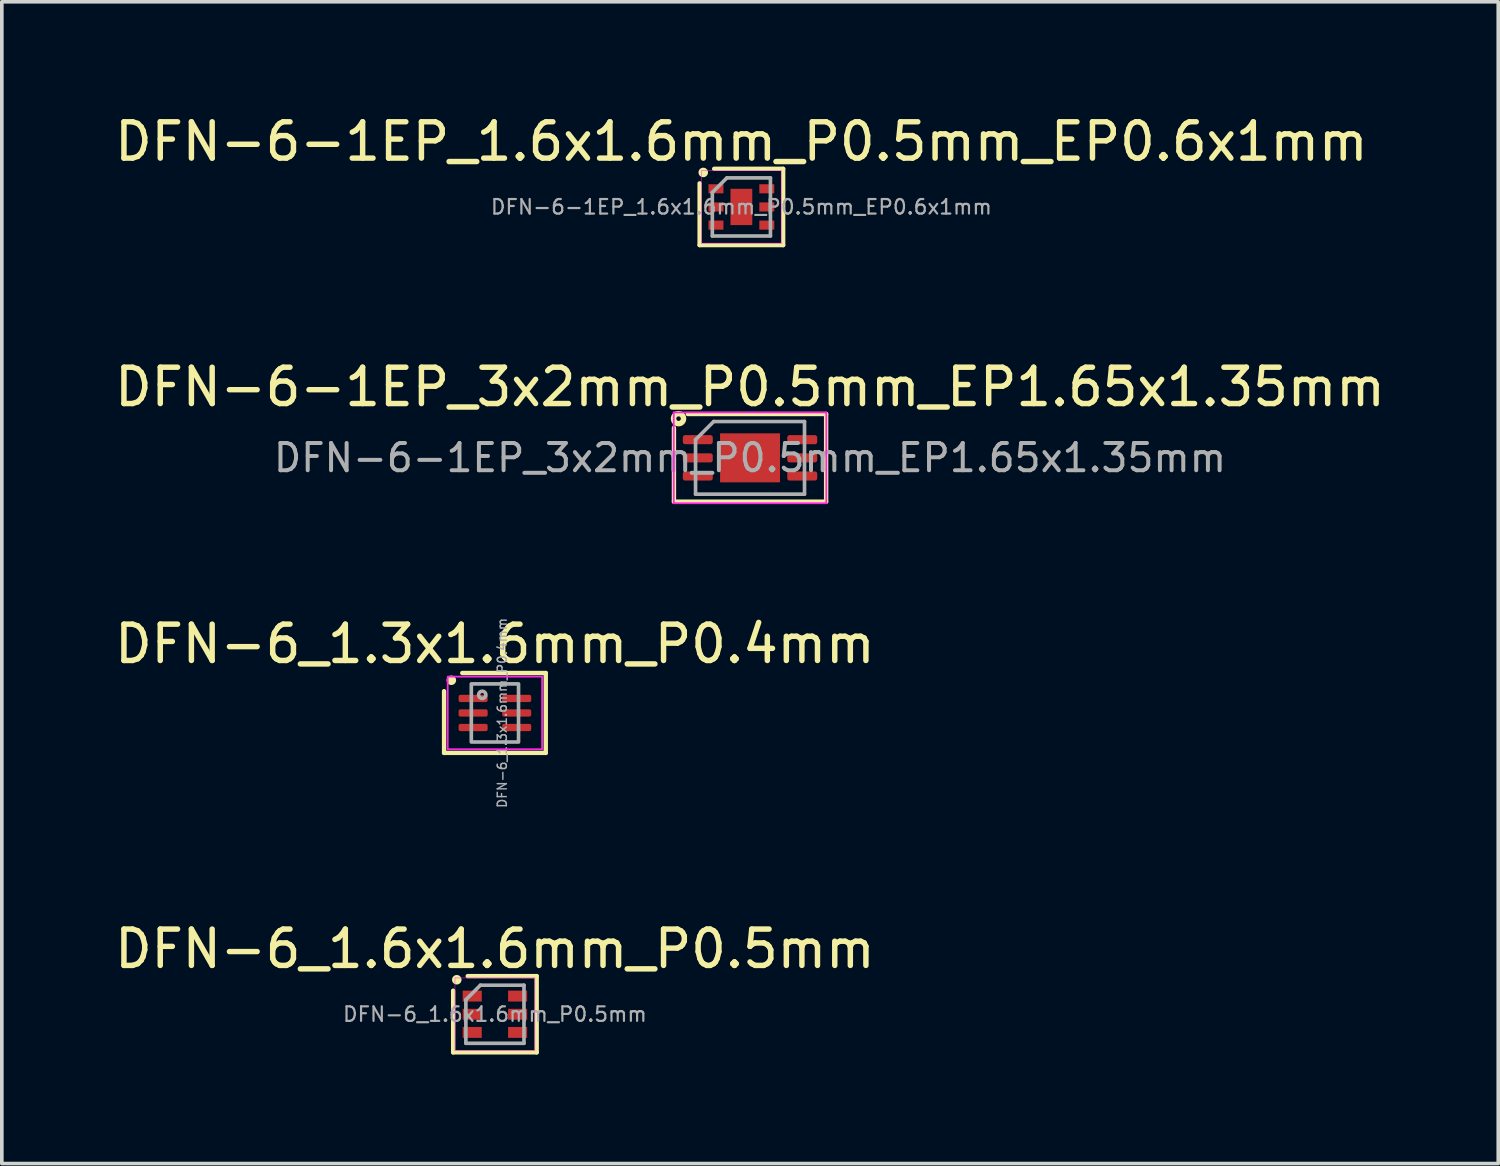
<source format=kicad_pcb>
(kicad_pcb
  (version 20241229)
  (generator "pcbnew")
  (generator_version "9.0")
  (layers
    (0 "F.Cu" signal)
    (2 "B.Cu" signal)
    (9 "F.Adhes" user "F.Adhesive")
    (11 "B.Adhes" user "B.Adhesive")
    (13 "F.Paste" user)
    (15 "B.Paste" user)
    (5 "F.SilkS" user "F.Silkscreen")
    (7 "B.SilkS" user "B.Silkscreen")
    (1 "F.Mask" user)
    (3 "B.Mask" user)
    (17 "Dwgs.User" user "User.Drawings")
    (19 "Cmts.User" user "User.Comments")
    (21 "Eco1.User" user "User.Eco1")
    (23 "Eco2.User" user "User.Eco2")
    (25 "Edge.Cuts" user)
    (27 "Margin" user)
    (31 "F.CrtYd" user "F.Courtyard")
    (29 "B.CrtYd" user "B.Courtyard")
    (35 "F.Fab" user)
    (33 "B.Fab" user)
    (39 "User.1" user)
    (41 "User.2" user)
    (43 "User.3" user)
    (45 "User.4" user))
  (footprint "DFN-6-1EP_3x2mm_P0.5mm_EP1.65x1.35mm"
    (layer "F.Cu")
    (at 17.601 9.556)
    (property "Reference" "DFN-6-1EP_3x2mm_P0.5mm_EP1.65x1.35mm" (at 0 -1.95 0) (layer "F.SilkS") (effects (font (size 1 1) (thickness 0.15))))
    (attr smd)
    (fp_line (start -2.095 1.206) (end -2.095 -0.826) (stroke (width 0.12) (type solid)) (layer "F.SilkS"))
    (fp_line (start -1.714 -1.206) (end 2.095 -1.206) (stroke (width 0.12) (type solid)) (layer "F.SilkS"))
    (fp_line (start 2.095 -1.206) (end 2.095 1.206) (stroke (width 0.12) (type solid)) (layer "F.SilkS"))
    (fp_line (start 2.095 1.206) (end -2.095 1.206) (stroke (width 0.12) (type solid)) (layer "F.SilkS"))
    (fp_circle (center -1.968 -1.079) (end -1.905 -1.079) (stroke (width 0.15) (type solid)) (fill no) (layer "F.SilkS"))
    (fp_line (start -2.1 -1.25) (end -2.1 1.25) (stroke (width 0.05) (type solid)) (layer "F.CrtYd"))
    (fp_line (start -2.1 1.25) (end 2.1 1.25) (stroke (width 0.05) (type solid)) (layer "F.CrtYd"))
    (fp_line (start 2.1 -1.25) (end -2.1 -1.25) (stroke (width 0.05) (type solid)) (layer "F.CrtYd"))
    (fp_line (start 2.1 1.25) (end 2.1 -1.25) (stroke (width 0.05) (type solid)) (layer "F.CrtYd"))
    (fp_line (start -1.5 -0.5) (end -1 -1) (stroke (width 0.1) (type solid)) (layer "F.Fab"))
    (fp_line (start -1.5 1) (end -1.5 -0.5) (stroke (width 0.1) (type solid)) (layer "F.Fab"))
    (fp_line (start -1 -1) (end 1.5 -1) (stroke (width 0.1) (type solid)) (layer "F.Fab"))
    (fp_line (start 1.5 -1) (end 1.5 1) (stroke (width 0.1) (type solid)) (layer "F.Fab"))
    (fp_line (start 1.5 1) (end -1.5 1) (stroke (width 0.1) (type solid)) (layer "F.Fab"))
    (fp_text user "${REFERENCE}" (at 0 0 0) (layer "F.Fab") (effects (font (size 0.75 0.75) (thickness 0.11))))
    (pad "" smd roundrect (at -0.41 -0.34) (size 0.67 0.54) (layers "F.Paste") (roundrect_rratio 0.25))
    (pad "" smd roundrect (at -0.41 0.34) (size 0.67 0.54) (layers "F.Paste") (roundrect_rratio 0.25))
    (pad "" smd roundrect (at 0.41 -0.34) (size 0.67 0.54) (layers "F.Paste") (roundrect_rratio 0.25))
    (pad "" smd roundrect (at 0.41 0.34) (size 0.67 0.54) (layers "F.Paste") (roundrect_rratio 0.25))
    (pad "1" smd roundrect (at -1.438 -0.5) (size 0.825 0.25) (layers "F.Cu" "F.Mask" "F.Paste") (roundrect_rratio 0.25))
    (pad "2" smd roundrect (at -1.438 0) (size 0.825 0.25) (layers "F.Cu" "F.Mask" "F.Paste") (roundrect_rratio 0.25))
    (pad "3" smd roundrect (at -1.438 0.5) (size 0.825 0.25) (layers "F.Cu" "F.Mask" "F.Paste") (roundrect_rratio 0.25))
    (pad "4" smd roundrect (at 1.438 0.5) (size 0.825 0.25) (layers "F.Cu" "F.Mask" "F.Paste") (roundrect_rratio 0.25))
    (pad "5" smd roundrect (at 1.438 0) (size 0.825 0.25) (layers "F.Cu" "F.Mask" "F.Paste") (roundrect_rratio 0.25))
    (pad "6" smd roundrect (at 1.438 -0.5) (size 0.825 0.25) (layers "F.Cu" "F.Mask" "F.Paste") (roundrect_rratio 0.25))
    (pad "7" smd rect (at 0 0) (size 1.65 1.35) (layers "F.Cu" "F.Mask")))
  (footprint "DFN-6_1.3x1.6mm_P0.4mm"
    (layer "F.Cu")
    (at 10.577 16.58)
    (property "Reference" "DFN-6_1.3x1.6mm_P0.4mm" (at 0 -1.9 0) (layer "F.SilkS") (effects (font (size 1 1) (thickness 0.15))))
    (attr smd)
    (fp_line (start -1.4 -0.6) (end -1.4 1.1) (stroke (width 0.12) (type solid)) (layer "F.SilkS"))
    (fp_line (start -1.4 1.1) (end 1.4 1.1) (stroke (width 0.12) (type solid)) (layer "F.SilkS"))
    (fp_line (start 1.4 -1.1) (end -0.9 -1.1) (stroke (width 0.12) (type solid)) (layer "F.SilkS"))
    (fp_line (start 1.4 1.1) (end 1.4 -1.1) (stroke (width 0.12) (type solid)) (layer "F.SilkS"))
    (fp_circle (center -1.2 -0.9) (end -1.129 -0.9) (stroke (width 0.12) (type solid)) (fill yes) (layer "F.SilkS"))
    (fp_rect (start 1.3 1) (end -1.3 -1) (stroke (width 0.05) (type solid)) (fill no) (layer "F.CrtYd"))
    (fp_rect (start -0.65 -0.8) (end 0.65 0.8) (stroke (width 0.1) (type solid)) (fill no) (layer "F.Fab"))
    (fp_circle (center -0.35 -0.5) (end -0.25 -0.5) (stroke (width 0.1) (type solid)) (fill no) (layer "F.Fab"))
    (fp_text user "${REFERENCE}" (at 0.2 0 270) (layer "F.Fab") (effects (font (size 0.25 0.25) (thickness 0.04))))
    (pad "1" smd roundrect (at -0.6 -0.4) (size 0.8 0.2) (layers "F.Cu" "F.Mask" "F.Paste") (roundrect_rratio 0.25))
    (pad "2" smd roundrect (at -0.6 0) (size 0.8 0.2) (layers "F.Cu" "F.Mask" "F.Paste") (roundrect_rratio 0.25))
    (pad "3" smd roundrect (at -0.6 0.4) (size 0.8 0.2) (layers "F.Cu" "F.Mask" "F.Paste") (roundrect_rratio 0.25))
    (pad "4" smd roundrect (at 0.6 0.4) (size 0.8 0.2) (layers "F.Cu" "F.Mask" "F.Paste") (roundrect_rratio 0.25))
    (pad "5" smd roundrect (at 0.6 0) (size 0.8 0.2) (layers "F.Cu" "F.Mask" "F.Paste") (roundrect_rratio 0.25))
    (pad "6" smd roundrect (at 0.6 -0.4) (size 0.8 0.2) (layers "F.Cu" "F.Mask" "F.Paste") (roundrect_rratio 0.25)))
  (footprint "DFN-6-1EP_1.6x1.6mm_P0.5mm_EP0.6x1mm"
    (layer "F.Cu")
    (at 17.363 2.648)
    (property "Reference" "DFN-6-1EP_1.6x1.6mm_P0.5mm_EP0.6x1mm" (at 0 -1.8 0) (layer "F.SilkS") (effects (font (size 1 1) (thickness 0.15))))
    (attr smd)
    (fp_line (start -1.15 1.05) (end -1.15 -0.65) (stroke (width 0.12) (type solid)) (layer "F.SilkS"))
    (fp_line (start -1.15 1.05) (end 1.15 1.05) (stroke (width 0.12) (type solid)) (layer "F.SilkS"))
    (fp_line (start 1.15 -1.05) (end -0.75 -1.05) (stroke (width 0.12) (type solid)) (layer "F.SilkS"))
    (fp_line (start 1.15 1.05) (end 1.15 -1.05) (stroke (width 0.12) (type solid)) (layer "F.SilkS"))
    (fp_circle (center -1.05 -0.95) (end -0.979 -0.95) (stroke (width 0.12) (type solid)) (fill yes) (layer "F.SilkS"))
    (fp_line (start -1.1 -1) (end -1.1 1) (stroke (width 0.013) (type solid)) (layer "F.CrtYd"))
    (fp_line (start -1.1 1) (end 1.1 1) (stroke (width 0.013) (type solid)) (layer "F.CrtYd"))
    (fp_line (start 1.1 -1) (end -1.1 -1) (stroke (width 0.013) (type solid)) (layer "F.CrtYd"))
    (fp_line (start 1.1 1) (end 1.1 -1) (stroke (width 0.013) (type solid)) (layer "F.CrtYd"))
    (fp_line (start -0.8 -0.4) (end -0.4 -0.8) (stroke (width 0.1) (type solid)) (layer "F.Fab"))
    (fp_line (start -0.8 0.8) (end -0.8 -0.4) (stroke (width 0.1) (type solid)) (layer "F.Fab"))
    (fp_line (start -0.4 -0.8) (end 0.8 -0.8) (stroke (width 0.1) (type solid)) (layer "F.Fab"))
    (fp_line (start 0.8 -0.8) (end 0.8 0.8) (stroke (width 0.1) (type solid)) (layer "F.Fab"))
    (fp_line (start 0.8 0.8) (end -0.8 0.8) (stroke (width 0.1) (type solid)) (layer "F.Fab"))
    (fp_text user "${REFERENCE}" (at 0 0 0) (layer "F.Fab") (effects (font (size 0.4 0.4) (thickness 0.06))))
    (pad "1" smd rect (at -0.7 -0.5) (size 0.412 0.25) (layers "F.Cu" "F.Mask" "F.Paste"))
    (pad "2" smd rect (at -0.7 0) (size 0.412 0.25) (layers "F.Cu" "F.Mask" "F.Paste"))
    (pad "3" smd rect (at -0.7 0.5) (size 0.412 0.25) (layers "F.Cu" "F.Mask" "F.Paste"))
    (pad "4" smd rect (at 0.7 0.5) (size 0.412 0.25) (layers "F.Cu" "F.Mask" "F.Paste"))
    (pad "5" smd rect (at 0.7 0) (size 0.412 0.25) (layers "F.Cu" "F.Mask" "F.Paste"))
    (pad "6" smd rect (at 0.7 -0.5) (size 0.412 0.25) (layers "F.Cu" "F.Mask" "F.Paste"))
    (pad "7" smd rect (at 0 0) (size 0.6 1) (layers "F.Cu" "F.Mask" "F.Paste")))
  (footprint "DFN-6_1.6x1.6mm_P0.5mm"
    (layer "F.Cu")
    (at 10.577 24.876)
    (property "Reference" "DFN-6_1.6x1.6mm_P0.5mm" (at 0 -1.8 0) (layer "F.SilkS") (effects (font (size 1 1) (thickness 0.15))))
    (attr smd)
    (fp_line (start -1.15 1.05) (end -1.15 -0.65) (stroke (width 0.12) (type solid)) (layer "F.SilkS"))
    (fp_line (start -1.15 1.05) (end 1.15 1.05) (stroke (width 0.12) (type solid)) (layer "F.SilkS"))
    (fp_line (start 1.15 -1.05) (end -0.75 -1.05) (stroke (width 0.12) (type solid)) (layer "F.SilkS"))
    (fp_line (start 1.15 1.05) (end 1.15 -1.05) (stroke (width 0.12) (type solid)) (layer "F.SilkS"))
    (fp_circle (center -1.05 -0.95) (end -0.979 -0.95) (stroke (width 0.12) (type solid)) (fill yes) (layer "F.SilkS"))
    (fp_line (start -1.1 -1) (end -1.1 1) (stroke (width 0.013) (type solid)) (layer "F.CrtYd"))
    (fp_line (start -1.1 1) (end 1.1 1) (stroke (width 0.013) (type solid)) (layer "F.CrtYd"))
    (fp_line (start 1.1 -1) (end -1.1 -1) (stroke (width 0.013) (type solid)) (layer "F.CrtYd"))
    (fp_line (start 1.1 1) (end 1.1 -1) (stroke (width 0.013) (type solid)) (layer "F.CrtYd"))
    (fp_line (start -0.8 -0.4) (end -0.4 -0.8) (stroke (width 0.1) (type solid)) (layer "F.Fab"))
    (fp_line (start -0.8 0.8) (end -0.8 -0.4) (stroke (width 0.1) (type solid)) (layer "F.Fab"))
    (fp_line (start -0.4 -0.8) (end 0.8 -0.8) (stroke (width 0.1) (type solid)) (layer "F.Fab"))
    (fp_line (start 0.8 -0.8) (end 0.8 0.8) (stroke (width 0.1) (type solid)) (layer "F.Fab"))
    (fp_line (start 0.8 0.8) (end -0.8 0.8) (stroke (width 0.1) (type solid)) (layer "F.Fab"))
    (fp_text user "${REFERENCE}" (at 0 0 0) (layer "F.Fab") (effects (font (size 0.4 0.4) (thickness 0.06))))
    (pad "1" smd rect (at -0.625 -0.5) (size 0.525 0.3) (layers "F.Cu" "F.Mask" "F.Paste"))
    (pad "2" smd rect (at -0.625 0) (size 0.525 0.3) (layers "F.Cu" "F.Mask" "F.Paste"))
    (pad "3" smd rect (at -0.625 0.5) (size 0.525 0.3) (layers "F.Cu" "F.Mask" "F.Paste"))
    (pad "4" smd rect (at 0.625 0.5) (size 0.525 0.3) (layers "F.Cu" "F.Mask" "F.Paste"))
    (pad "5" smd rect (at 0.625 0) (size 0.525 0.3) (layers "F.Cu" "F.Mask" "F.Paste"))
    (pad "6" smd rect (at 0.625 -0.5) (size 0.525 0.3) (layers "F.Cu" "F.Mask" "F.Paste")))
  (gr_rect
    (start -3 -3)
    (end 38.202 28.986)
    (stroke (width 0.1) (type default))
    (fill no)
    (layer "Edge.Cuts")))
</source>
